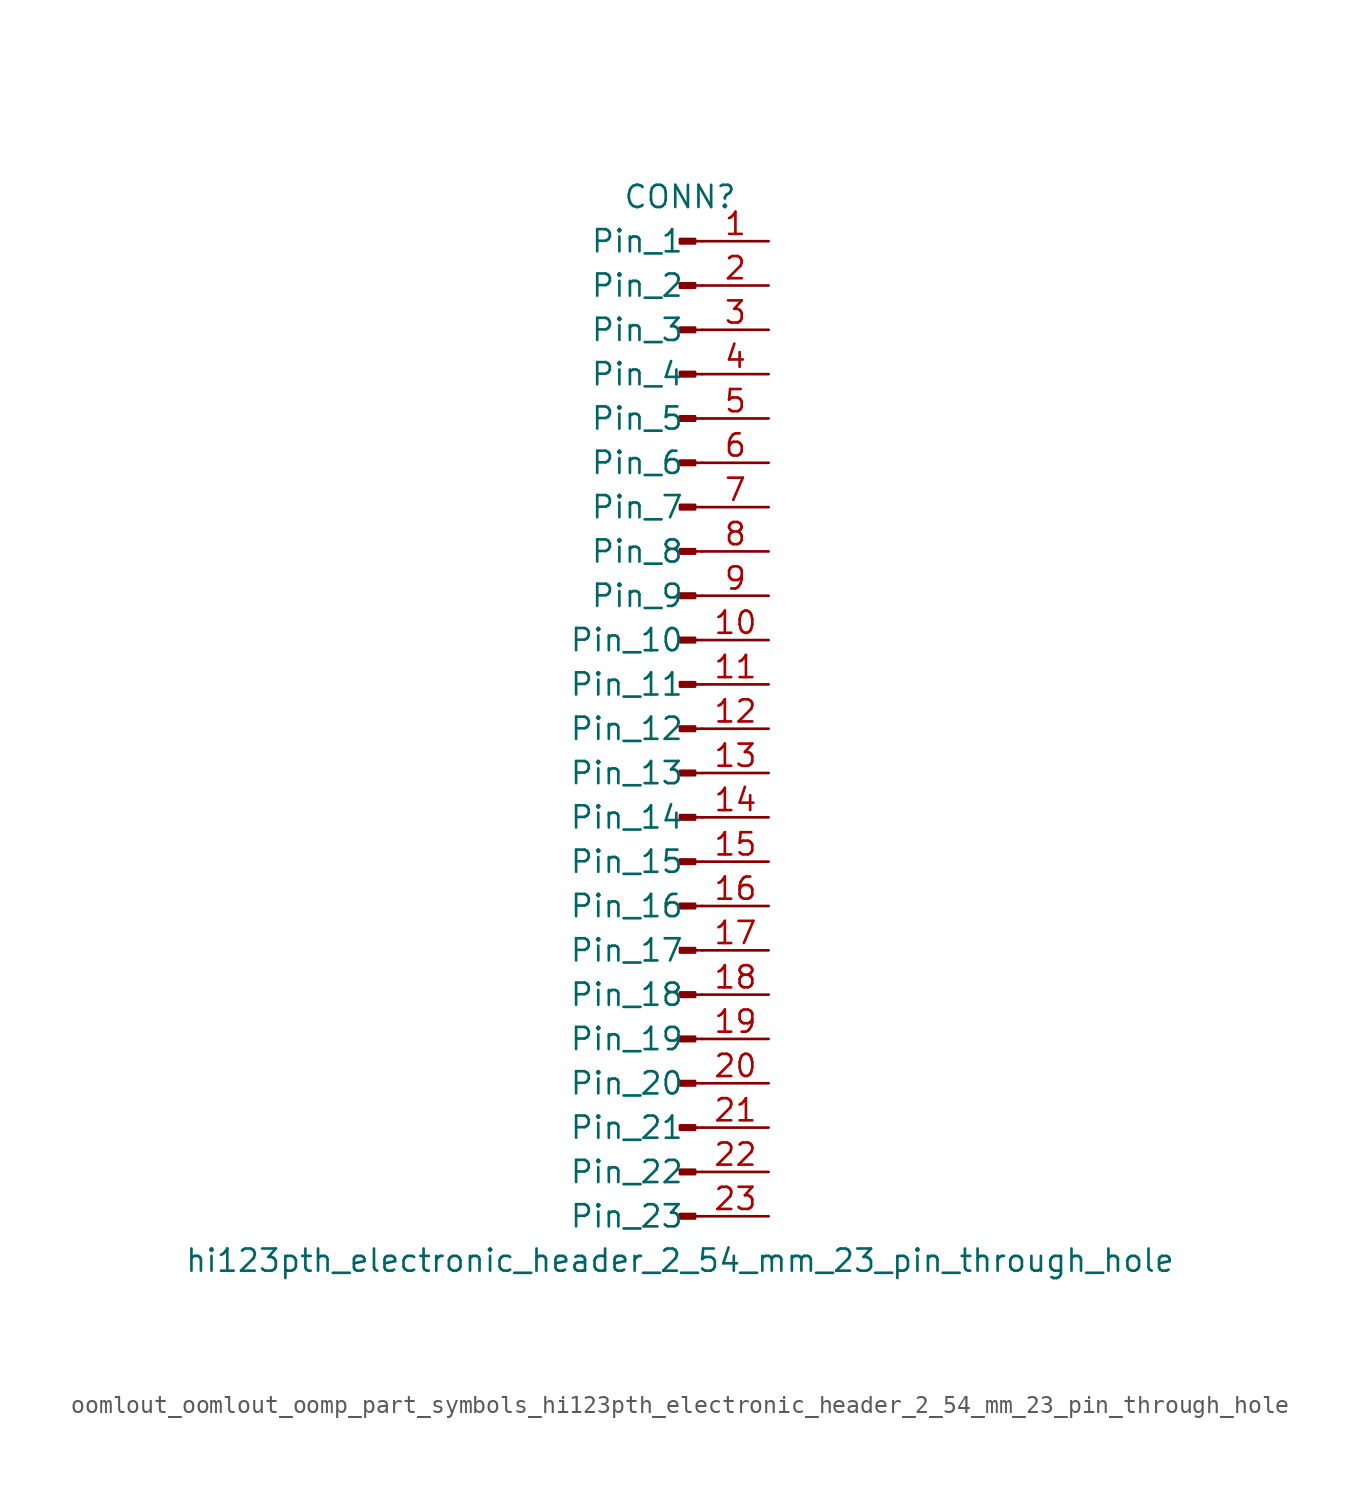
<source format=kicad_sym>
(kicad_symbol_lib
  (version 20220914)
  (generator kicad_symbol_editor)
  (symbol "oomlout_oomlout_oomp_part_symbols_hi123pth_electronic_header_2_54_mm_23_pin_through_hole"
    (pin_names
      (offset 1.016))
    (property "Reference" "CONN"
      (at 0 30.48 0)
      (effects (font (size 1.27 1.27))))
    (property "Value" "hi123pth_electronic_header_2_54_mm_23_pin_through_hole"
      (at 0 -30.48 0)
      (effects (font (size 1.27 1.27))))
    (property "ki_locked" ""
      (at 0 0 0)
      (effects (font (size 1.27 1.27))))
    (symbol "oomlout_oomlout_oomp_part_symbols_hi123pth_electronic_header_2_54_mm_23_pin_through_hole_1_1"
      (polyline (pts (xy 1.27 -27.94) (xy 0.864 -27.94)) (stroke (width 0.152) (type default)) (fill (type none)))
      (polyline (pts (xy 1.27 -25.4) (xy 0.864 -25.4)) (stroke (width 0.152) (type default)) (fill (type none)))
      (polyline (pts (xy 1.27 -22.86) (xy 0.864 -22.86)) (stroke (width 0.152) (type default)) (fill (type none)))
      (polyline (pts (xy 1.27 -20.32) (xy 0.864 -20.32)) (stroke (width 0.152) (type default)) (fill (type none)))
      (polyline (pts (xy 1.27 -17.78) (xy 0.864 -17.78)) (stroke (width 0.152) (type default)) (fill (type none)))
      (polyline (pts (xy 1.27 -15.24) (xy 0.864 -15.24)) (stroke (width 0.152) (type default)) (fill (type none)))
      (polyline (pts (xy 1.27 -12.7) (xy 0.864 -12.7)) (stroke (width 0.152) (type default)) (fill (type none)))
      (polyline (pts (xy 1.27 -10.16) (xy 0.864 -10.16)) (stroke (width 0.152) (type default)) (fill (type none)))
      (polyline (pts (xy 1.27 -7.62) (xy 0.864 -7.62)) (stroke (width 0.152) (type default)) (fill (type none)))
      (polyline (pts (xy 1.27 -5.08) (xy 0.864 -5.08)) (stroke (width 0.152) (type default)) (fill (type none)))
      (polyline (pts (xy 1.27 -2.54) (xy 0.864 -2.54)) (stroke (width 0.152) (type default)) (fill (type none)))
      (polyline (pts (xy 1.27 0) (xy 0.864 0)) (stroke (width 0.152) (type default)) (fill (type none)))
      (polyline (pts (xy 1.27 2.54) (xy 0.864 2.54)) (stroke (width 0.152) (type default)) (fill (type none)))
      (polyline (pts (xy 1.27 5.08) (xy 0.864 5.08)) (stroke (width 0.152) (type default)) (fill (type none)))
      (polyline (pts (xy 1.27 7.62) (xy 0.864 7.62)) (stroke (width 0.152) (type default)) (fill (type none)))
      (polyline (pts (xy 1.27 10.16) (xy 0.864 10.16)) (stroke (width 0.152) (type default)) (fill (type none)))
      (polyline (pts (xy 1.27 12.7) (xy 0.864 12.7)) (stroke (width 0.152) (type default)) (fill (type none)))
      (polyline (pts (xy 1.27 15.24) (xy 0.864 15.24)) (stroke (width 0.152) (type default)) (fill (type none)))
      (polyline (pts (xy 1.27 17.78) (xy 0.864 17.78)) (stroke (width 0.152) (type default)) (fill (type none)))
      (polyline (pts (xy 1.27 20.32) (xy 0.864 20.32)) (stroke (width 0.152) (type default)) (fill (type none)))
      (polyline (pts (xy 1.27 22.86) (xy 0.864 22.86)) (stroke (width 0.152) (type default)) (fill (type none)))
      (polyline (pts (xy 1.27 25.4) (xy 0.864 25.4)) (stroke (width 0.152) (type default)) (fill (type none)))
      (polyline (pts (xy 1.27 27.94) (xy 0.864 27.94)) (stroke (width 0.152) (type default)) (fill (type none)))
      (rectangle (start 0.864 -27.813) (end 0 -28.067) (stroke (width 0.152) (type default)) (fill (type outline)))
      (rectangle (start 0.864 -25.273) (end 0 -25.527) (stroke (width 0.152) (type default)) (fill (type outline)))
      (rectangle (start 0.864 -22.733) (end 0 -22.987) (stroke (width 0.152) (type default)) (fill (type outline)))
      (rectangle (start 0.864 -20.193) (end 0 -20.447) (stroke (width 0.152) (type default)) (fill (type outline)))
      (rectangle (start 0.864 -17.653) (end 0 -17.907) (stroke (width 0.152) (type default)) (fill (type outline)))
      (rectangle (start 0.864 -15.113) (end 0 -15.367) (stroke (width 0.152) (type default)) (fill (type outline)))
      (rectangle (start 0.864 -12.573) (end 0 -12.827) (stroke (width 0.152) (type default)) (fill (type outline)))
      (rectangle (start 0.864 -10.033) (end 0 -10.287) (stroke (width 0.152) (type default)) (fill (type outline)))
      (rectangle (start 0.864 -7.493) (end 0 -7.747) (stroke (width 0.152) (type default)) (fill (type outline)))
      (rectangle (start 0.864 -4.953) (end 0 -5.207) (stroke (width 0.152) (type default)) (fill (type outline)))
      (rectangle (start 0.864 -2.413) (end 0 -2.667) (stroke (width 0.152) (type default)) (fill (type outline)))
      (rectangle (start 0.864 0.127) (end 0 -0.127) (stroke (width 0.152) (type default)) (fill (type outline)))
      (rectangle (start 0.864 2.667) (end 0 2.413) (stroke (width 0.152) (type default)) (fill (type outline)))
      (rectangle (start 0.864 5.207) (end 0 4.953) (stroke (width 0.152) (type default)) (fill (type outline)))
      (rectangle (start 0.864 7.747) (end 0 7.493) (stroke (width 0.152) (type default)) (fill (type outline)))
      (rectangle (start 0.864 10.287) (end 0 10.033) (stroke (width 0.152) (type default)) (fill (type outline)))
      (rectangle (start 0.864 12.827) (end 0 12.573) (stroke (width 0.152) (type default)) (fill (type outline)))
      (rectangle (start 0.864 15.367) (end 0 15.113) (stroke (width 0.152) (type default)) (fill (type outline)))
      (rectangle (start 0.864 17.907) (end 0 17.653) (stroke (width 0.152) (type default)) (fill (type outline)))
      (rectangle (start 0.864 20.447) (end 0 20.193) (stroke (width 0.152) (type default)) (fill (type outline)))
      (rectangle (start 0.864 22.987) (end 0 22.733) (stroke (width 0.152) (type default)) (fill (type outline)))
      (rectangle (start 0.864 25.527) (end 0 25.273) (stroke (width 0.152) (type default)) (fill (type outline)))
      (rectangle (start 0.864 28.067) (end 0 27.813) (stroke (width 0.152) (type default)) (fill (type outline)))
      (pin passive line (at 5.08 27.94 180) (length 3.81) (name "Pin_1" (effects (font (size 1.27 1.27)))) (number "1" (effects (font (size 1.27 1.27)))))
      (pin passive line (at 5.08 5.08 180) (length 3.81) (name "Pin_10" (effects (font (size 1.27 1.27)))) (number "10" (effects (font (size 1.27 1.27)))))
      (pin passive line (at 5.08 2.54 180) (length 3.81) (name "Pin_11" (effects (font (size 1.27 1.27)))) (number "11" (effects (font (size 1.27 1.27)))))
      (pin passive line (at 5.08 0 180) (length 3.81) (name "Pin_12" (effects (font (size 1.27 1.27)))) (number "12" (effects (font (size 1.27 1.27)))))
      (pin passive line (at 5.08 -2.54 180) (length 3.81) (name "Pin_13" (effects (font (size 1.27 1.27)))) (number "13" (effects (font (size 1.27 1.27)))))
      (pin passive line (at 5.08 -5.08 180) (length 3.81) (name "Pin_14" (effects (font (size 1.27 1.27)))) (number "14" (effects (font (size 1.27 1.27)))))
      (pin passive line (at 5.08 -7.62 180) (length 3.81) (name "Pin_15" (effects (font (size 1.27 1.27)))) (number "15" (effects (font (size 1.27 1.27)))))
      (pin passive line (at 5.08 -10.16 180) (length 3.81) (name "Pin_16" (effects (font (size 1.27 1.27)))) (number "16" (effects (font (size 1.27 1.27)))))
      (pin passive line (at 5.08 -12.7 180) (length 3.81) (name "Pin_17" (effects (font (size 1.27 1.27)))) (number "17" (effects (font (size 1.27 1.27)))))
      (pin passive line (at 5.08 -15.24 180) (length 3.81) (name "Pin_18" (effects (font (size 1.27 1.27)))) (number "18" (effects (font (size 1.27 1.27)))))
      (pin passive line (at 5.08 -17.78 180) (length 3.81) (name "Pin_19" (effects (font (size 1.27 1.27)))) (number "19" (effects (font (size 1.27 1.27)))))
      (pin passive line (at 5.08 25.4 180) (length 3.81) (name "Pin_2" (effects (font (size 1.27 1.27)))) (number "2" (effects (font (size 1.27 1.27)))))
      (pin passive line (at 5.08 -20.32 180) (length 3.81) (name "Pin_20" (effects (font (size 1.27 1.27)))) (number "20" (effects (font (size 1.27 1.27)))))
      (pin passive line (at 5.08 -22.86 180) (length 3.81) (name "Pin_21" (effects (font (size 1.27 1.27)))) (number "21" (effects (font (size 1.27 1.27)))))
      (pin passive line (at 5.08 -25.4 180) (length 3.81) (name "Pin_22" (effects (font (size 1.27 1.27)))) (number "22" (effects (font (size 1.27 1.27)))))
      (pin passive line (at 5.08 -27.94 180) (length 3.81) (name "Pin_23" (effects (font (size 1.27 1.27)))) (number "23" (effects (font (size 1.27 1.27)))))
      (pin passive line (at 5.08 22.86 180) (length 3.81) (name "Pin_3" (effects (font (size 1.27 1.27)))) (number "3" (effects (font (size 1.27 1.27)))))
      (pin passive line (at 5.08 20.32 180) (length 3.81) (name "Pin_4" (effects (font (size 1.27 1.27)))) (number "4" (effects (font (size 1.27 1.27)))))
      (pin passive line (at 5.08 17.78 180) (length 3.81) (name "Pin_5" (effects (font (size 1.27 1.27)))) (number "5" (effects (font (size 1.27 1.27)))))
      (pin passive line (at 5.08 15.24 180) (length 3.81) (name "Pin_6" (effects (font (size 1.27 1.27)))) (number "6" (effects (font (size 1.27 1.27)))))
      (pin passive line (at 5.08 12.7 180) (length 3.81) (name "Pin_7" (effects (font (size 1.27 1.27)))) (number "7" (effects (font (size 1.27 1.27)))))
      (pin passive line (at 5.08 10.16 180) (length 3.81) (name "Pin_8" (effects (font (size 1.27 1.27)))) (number "8" (effects (font (size 1.27 1.27)))))
      (pin passive line (at 5.08 7.62 180) (length 3.81) (name "Pin_9" (effects (font (size 1.27 1.27)))) (number "9" (effects (font (size 1.27 1.27))))))))
</source>
